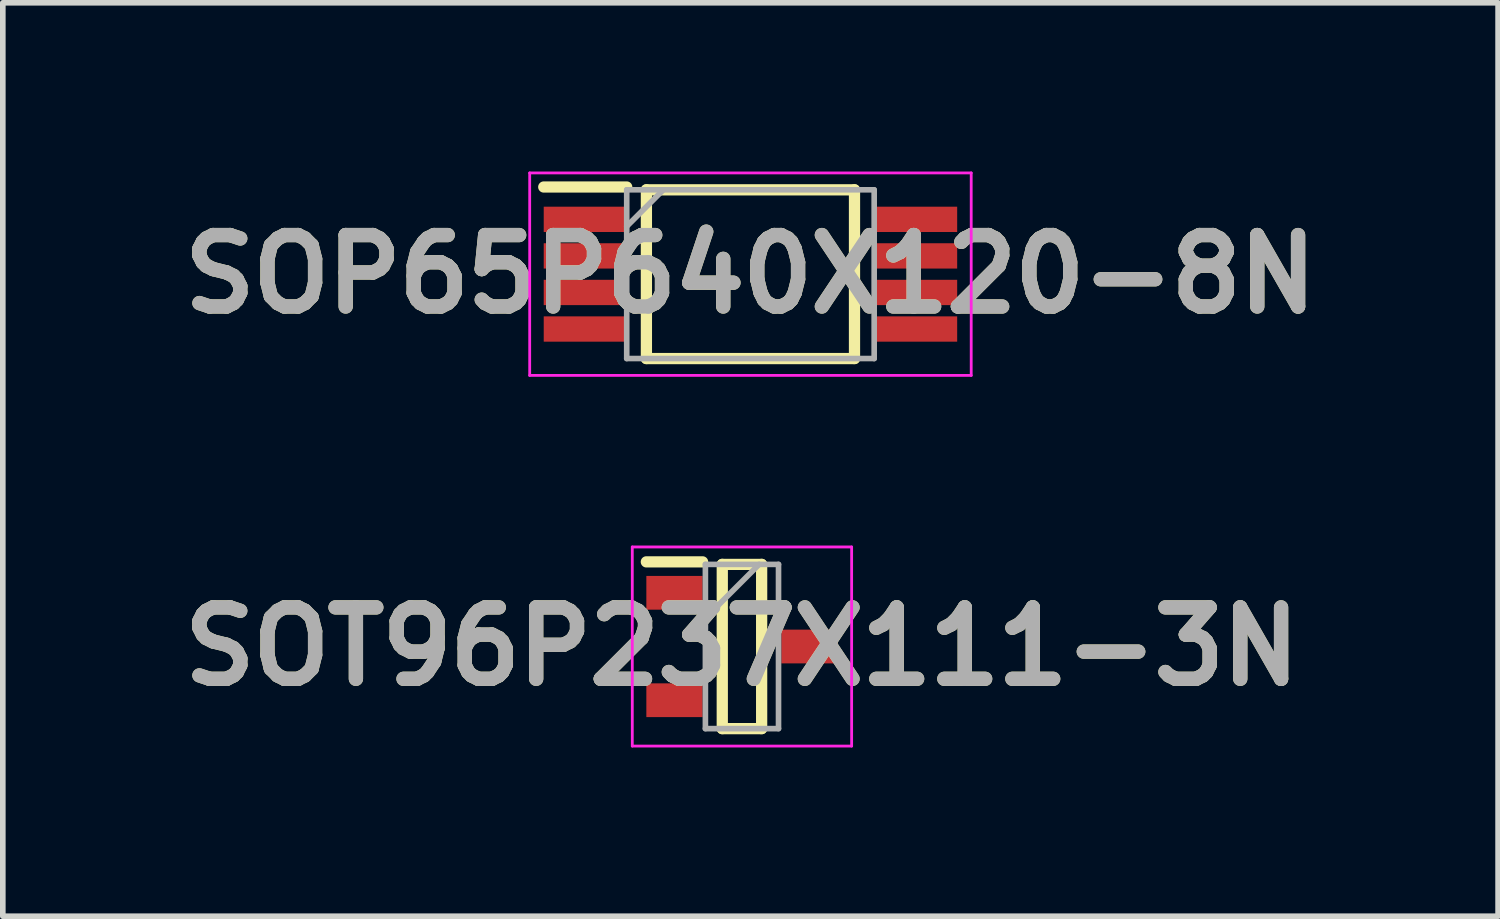
<source format=kicad_pcb>
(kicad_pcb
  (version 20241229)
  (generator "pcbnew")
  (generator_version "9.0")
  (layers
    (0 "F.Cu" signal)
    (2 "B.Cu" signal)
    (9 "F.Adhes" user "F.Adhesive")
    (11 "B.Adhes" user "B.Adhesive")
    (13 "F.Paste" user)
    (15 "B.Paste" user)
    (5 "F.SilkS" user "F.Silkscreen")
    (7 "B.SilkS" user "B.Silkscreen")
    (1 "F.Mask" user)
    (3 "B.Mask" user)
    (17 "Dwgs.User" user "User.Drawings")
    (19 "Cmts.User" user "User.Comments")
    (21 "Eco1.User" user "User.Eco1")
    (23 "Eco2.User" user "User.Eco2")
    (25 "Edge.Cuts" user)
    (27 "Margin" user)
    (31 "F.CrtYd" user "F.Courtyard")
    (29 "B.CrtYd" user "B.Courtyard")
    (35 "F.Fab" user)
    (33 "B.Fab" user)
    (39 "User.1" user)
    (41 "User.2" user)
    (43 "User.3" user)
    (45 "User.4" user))
  (footprint "SOP65P640X120-8N"
    (layer "F.Cu")
    (at 10.293 1.825)
    (property "Reference" "SOP65P640X120-8N" (at 0 0 0) (layer "F.SilkS") (effects (font (size 1.27 1.27) (thickness 0.254))))
    (attr smd)
    (fp_line (start -3.675 -1.55) (end -2.2 -1.55) (stroke (width 0.2) (type solid)) (layer "F.SilkS"))
    (fp_line (start -1.85 -1.5) (end 1.85 -1.5) (stroke (width 0.2) (type solid)) (layer "F.SilkS"))
    (fp_line (start -1.85 1.5) (end -1.85 -1.5) (stroke (width 0.2) (type solid)) (layer "F.SilkS"))
    (fp_line (start 1.85 -1.5) (end 1.85 1.5) (stroke (width 0.2) (type solid)) (layer "F.SilkS"))
    (fp_line (start 1.85 1.5) (end -1.85 1.5) (stroke (width 0.2) (type solid)) (layer "F.SilkS"))
    (fp_line (start -3.925 -1.8) (end 3.925 -1.8) (stroke (width 0.05) (type solid)) (layer "F.CrtYd"))
    (fp_line (start -3.925 1.8) (end -3.925 -1.8) (stroke (width 0.05) (type solid)) (layer "F.CrtYd"))
    (fp_line (start 3.925 -1.8) (end 3.925 1.8) (stroke (width 0.05) (type solid)) (layer "F.CrtYd"))
    (fp_line (start 3.925 1.8) (end -3.925 1.8) (stroke (width 0.05) (type solid)) (layer "F.CrtYd"))
    (fp_line (start -2.2 -1.5) (end 2.2 -1.5) (stroke (width 0.1) (type solid)) (layer "F.Fab"))
    (fp_line (start -2.2 -0.85) (end -1.55 -1.5) (stroke (width 0.1) (type solid)) (layer "F.Fab"))
    (fp_line (start -2.2 1.5) (end -2.2 -1.5) (stroke (width 0.1) (type solid)) (layer "F.Fab"))
    (fp_line (start 2.2 -1.5) (end 2.2 1.5) (stroke (width 0.1) (type solid)) (layer "F.Fab"))
    (fp_line (start 2.2 1.5) (end -2.2 1.5) (stroke (width 0.1) (type solid)) (layer "F.Fab"))
    (fp_text user "${REFERENCE}" (at 0 0 0) (layer "F.Fab") (effects (font (size 1.27 1.27) (thickness 0.254))))
    (pad "1" smd rect (at -2.938 -0.975 90) (size 0.45 1.475) (layers "F.Cu" "F.Mask" "F.Paste"))
    (pad "2" smd rect (at -2.938 -0.325 90) (size 0.45 1.475) (layers "F.Cu" "F.Mask" "F.Paste"))
    (pad "3" smd rect (at -2.938 0.325 90) (size 0.45 1.475) (layers "F.Cu" "F.Mask" "F.Paste"))
    (pad "4" smd rect (at -2.938 0.975 90) (size 0.45 1.475) (layers "F.Cu" "F.Mask" "F.Paste"))
    (pad "5" smd rect (at 2.938 0.975 90) (size 0.45 1.475) (layers "F.Cu" "F.Mask" "F.Paste"))
    (pad "6" smd rect (at 2.938 0.325 90) (size 0.45 1.475) (layers "F.Cu" "F.Mask" "F.Paste"))
    (pad "7" smd rect (at 2.938 -0.325 90) (size 0.45 1.475) (layers "F.Cu" "F.Mask" "F.Paste"))
    (pad "8" smd rect (at 2.938 -0.975 90) (size 0.45 1.475) (layers "F.Cu" "F.Mask" "F.Paste")))
  (footprint "SOT96P237X111-3N"
    (layer "F.Cu")
    (at 10.142 8.445)
    (property "Reference" "SOT96P237X111-3N" (at 0 0 0) (layer "F.SilkS") (effects (font (size 1.27 1.27) (thickness 0.254))))
    (attr smd)
    (fp_line (start -1.7 -1.505) (end -0.7 -1.505) (stroke (width 0.2) (type solid)) (layer "F.SilkS"))
    (fp_line (start -0.35 -1.46) (end 0.35 -1.46) (stroke (width 0.2) (type solid)) (layer "F.SilkS"))
    (fp_line (start -0.35 1.46) (end -0.35 -1.46) (stroke (width 0.2) (type solid)) (layer "F.SilkS"))
    (fp_line (start 0.35 -1.46) (end 0.35 1.46) (stroke (width 0.2) (type solid)) (layer "F.SilkS"))
    (fp_line (start 0.35 1.46) (end -0.35 1.46) (stroke (width 0.2) (type solid)) (layer "F.SilkS"))
    (fp_line (start -1.95 -1.77) (end 1.95 -1.77) (stroke (width 0.05) (type solid)) (layer "F.CrtYd"))
    (fp_line (start -1.95 1.77) (end -1.95 -1.77) (stroke (width 0.05) (type solid)) (layer "F.CrtYd"))
    (fp_line (start 1.95 -1.77) (end 1.95 1.77) (stroke (width 0.05) (type solid)) (layer "F.CrtYd"))
    (fp_line (start 1.95 1.77) (end -1.95 1.77) (stroke (width 0.05) (type solid)) (layer "F.CrtYd"))
    (fp_line (start -0.65 -1.46) (end 0.65 -1.46) (stroke (width 0.1) (type solid)) (layer "F.Fab"))
    (fp_line (start -0.65 -0.505) (end 0.305 -1.46) (stroke (width 0.1) (type solid)) (layer "F.Fab"))
    (fp_line (start -0.65 1.46) (end -0.65 -1.46) (stroke (width 0.1) (type solid)) (layer "F.Fab"))
    (fp_line (start 0.65 -1.46) (end 0.65 1.46) (stroke (width 0.1) (type solid)) (layer "F.Fab"))
    (fp_line (start 0.65 1.46) (end -0.65 1.46) (stroke (width 0.1) (type solid)) (layer "F.Fab"))
    (fp_text user "${REFERENCE}" (at 0 0 0) (layer "F.Fab") (effects (font (size 1.27 1.27) (thickness 0.254))))
    (pad "1" smd rect (at -1.2 -0.955 90) (size 0.6 1) (layers "F.Cu" "F.Mask" "F.Paste"))
    (pad "2" smd rect (at -1.2 0.955 90) (size 0.6 1) (layers "F.Cu" "F.Mask" "F.Paste"))
    (pad "3" smd rect (at 1.2 0 90) (size 0.6 1) (layers "F.Cu" "F.Mask" "F.Paste")))
  (gr_rect
    (start -3 -3)
    (end 23.586 13.24)
    (stroke (width 0.1) (type default))
    (fill no)
    (layer "Edge.Cuts")))
</source>
